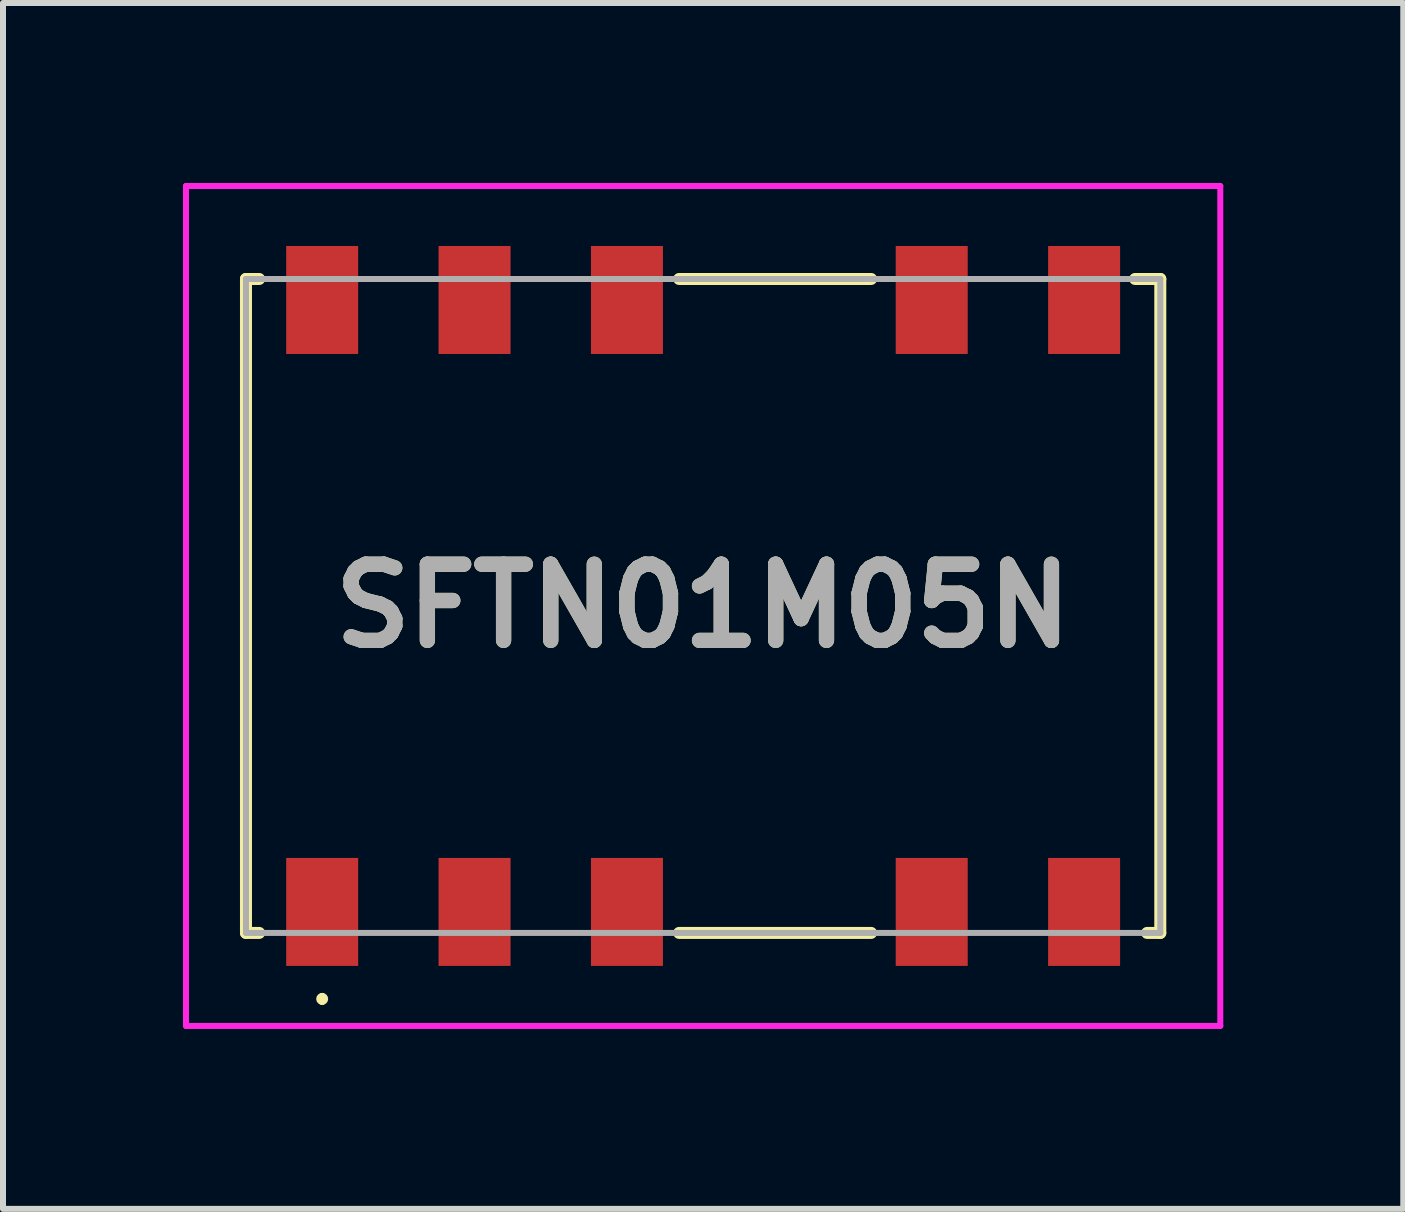
<source format=kicad_pcb>
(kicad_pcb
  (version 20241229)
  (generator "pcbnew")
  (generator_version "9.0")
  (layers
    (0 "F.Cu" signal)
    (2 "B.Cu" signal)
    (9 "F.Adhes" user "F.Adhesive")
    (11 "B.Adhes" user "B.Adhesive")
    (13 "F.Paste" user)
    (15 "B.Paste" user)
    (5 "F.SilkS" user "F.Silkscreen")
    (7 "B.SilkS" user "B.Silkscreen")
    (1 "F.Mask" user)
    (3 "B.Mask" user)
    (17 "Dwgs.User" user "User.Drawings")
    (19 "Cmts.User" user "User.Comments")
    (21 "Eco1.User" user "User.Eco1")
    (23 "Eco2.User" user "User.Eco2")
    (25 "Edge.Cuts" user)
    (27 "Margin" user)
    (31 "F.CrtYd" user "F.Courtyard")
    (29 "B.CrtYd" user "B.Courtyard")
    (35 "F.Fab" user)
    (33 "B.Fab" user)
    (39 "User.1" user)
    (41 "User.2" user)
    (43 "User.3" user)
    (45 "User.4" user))
  (footprint "SFTN01M05N"
    (layer "F.Cu")
    (at 8.67 7.05)
    (property "Reference" "SFTN01M05N" (at 0 0 0) (layer "F.SilkS") (effects (font (size 1.27 1.27) (thickness 0.254))))
    (attr smd)
    (fp_line (start -7.62 -5.45) (end -7.4 -5.45) (stroke (width 0.2) (type solid)) (layer "F.SilkS"))
    (fp_line (start -7.62 5.45) (end -7.62 -5.45) (stroke (width 0.2) (type solid)) (layer "F.SilkS"))
    (fp_line (start -7.4 5.45) (end -7.62 5.45) (stroke (width 0.2) (type solid)) (layer "F.SilkS"))
    (fp_line (start -6.35 6.5) (end -6.35 6.5) (stroke (width 0.1) (type solid)) (layer "F.SilkS"))
    (fp_line (start -6.35 6.6) (end -6.35 6.6) (stroke (width 0.1) (type solid)) (layer "F.SilkS"))
    (fp_line (start -0.4 -5.45) (end 2.8 -5.45) (stroke (width 0.2) (type solid)) (layer "F.SilkS"))
    (fp_line (start -0.4 5.45) (end 2.8 5.45) (stroke (width 0.2) (type solid)) (layer "F.SilkS"))
    (fp_line (start 7.4 5.45) (end 7.62 5.45) (stroke (width 0.2) (type solid)) (layer "F.SilkS"))
    (fp_line (start 7.62 -5.45) (end 7.2 -5.45) (stroke (width 0.2) (type solid)) (layer "F.SilkS"))
    (fp_line (start 7.62 5.45) (end 7.62 -5.45) (stroke (width 0.2) (type solid)) (layer "F.SilkS"))
    (fp_arc (start -6.35 6.5) (mid -6.3 6.55) (end -6.35 6.6) (stroke (width 0.1) (type solid)) (layer "F.SilkS"))
    (fp_arc (start -6.35 6.6) (mid -6.4 6.55) (end -6.35 6.5) (stroke (width 0.1) (type solid)) (layer "F.SilkS"))
    (fp_line (start -8.62 -7) (end 8.62 -7) (stroke (width 0.1) (type solid)) (layer "F.CrtYd"))
    (fp_line (start -8.62 7) (end -8.62 -7) (stroke (width 0.1) (type solid)) (layer "F.CrtYd"))
    (fp_line (start 8.62 -7) (end 8.62 7) (stroke (width 0.1) (type solid)) (layer "F.CrtYd"))
    (fp_line (start 8.62 7) (end -8.62 7) (stroke (width 0.1) (type solid)) (layer "F.CrtYd"))
    (fp_line (start -7.62 -5.45) (end 7.62 -5.45) (stroke (width 0.1) (type solid)) (layer "F.Fab"))
    (fp_line (start -7.62 5.45) (end -7.62 -5.45) (stroke (width 0.1) (type solid)) (layer "F.Fab"))
    (fp_line (start 7.62 -5.45) (end 7.62 5.45) (stroke (width 0.1) (type solid)) (layer "F.Fab"))
    (fp_line (start 7.62 5.45) (end -7.62 5.45) (stroke (width 0.1) (type solid)) (layer "F.Fab"))
    (fp_text user "${REFERENCE}" (at 0 0 0) (layer "F.Fab") (effects (font (size 1.27 1.27) (thickness 0.254))))
    (pad "1" smd rect (at -6.35 5.1) (size 1.2 1.8) (layers "F.Cu" "F.Mask" "F.Paste"))
    (pad "2" smd rect (at -3.81 5.1) (size 1.2 1.8) (layers "F.Cu" "F.Mask" "F.Paste"))
    (pad "3" smd rect (at -1.27 5.1) (size 1.2 1.8) (layers "F.Cu" "F.Mask" "F.Paste"))
    (pad "5" smd rect (at 3.81 5.1) (size 1.2 1.8) (layers "F.Cu" "F.Mask" "F.Paste"))
    (pad "6" smd rect (at 6.35 5.1) (size 1.2 1.8) (layers "F.Cu" "F.Mask" "F.Paste"))
    (pad "7" smd rect (at 6.35 -5.1) (size 1.2 1.8) (layers "F.Cu" "F.Mask" "F.Paste"))
    (pad "8" smd rect (at 3.81 -5.1) (size 1.2 1.8) (layers "F.Cu" "F.Mask" "F.Paste"))
    (pad "10" smd rect (at -1.27 -5.1) (size 1.2 1.8) (layers "F.Cu" "F.Mask" "F.Paste"))
    (pad "11" smd rect (at -3.81 -5.1) (size 1.2 1.8) (layers "F.Cu" "F.Mask" "F.Paste"))
    (pad "12" smd rect (at -6.35 -5.1) (size 1.2 1.8) (layers "F.Cu" "F.Mask" "F.Paste")))
  (gr_rect
    (start -3 -3)
    (end 20.34 17.1)
    (stroke (width 0.1) (type default))
    (fill no)
    (layer "Edge.Cuts")))
</source>
